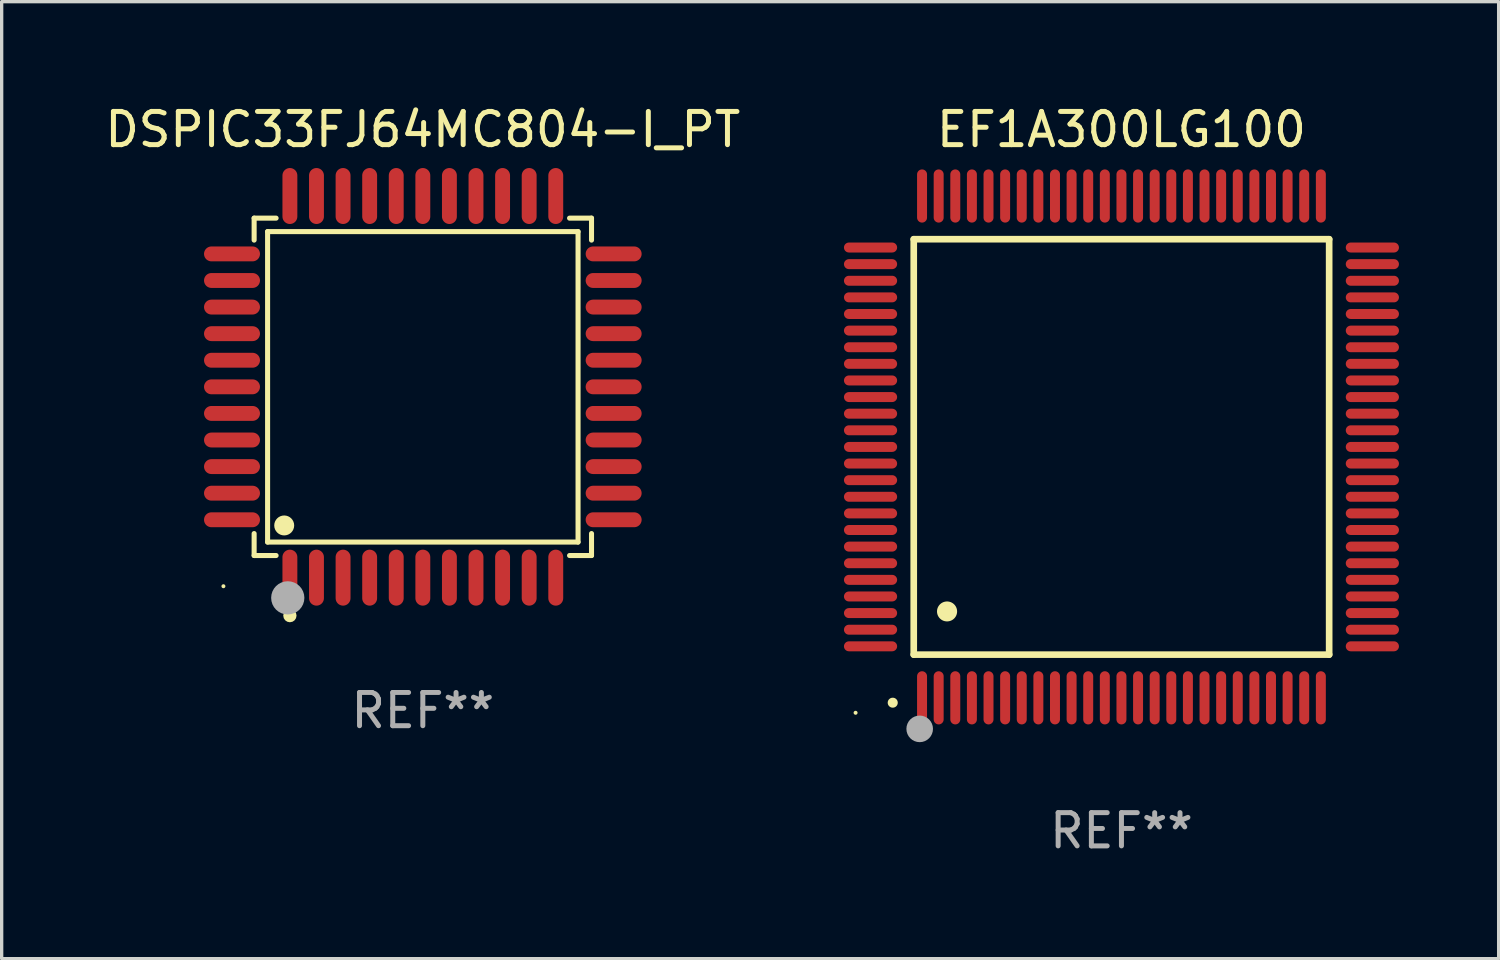
<source format=kicad_pcb>
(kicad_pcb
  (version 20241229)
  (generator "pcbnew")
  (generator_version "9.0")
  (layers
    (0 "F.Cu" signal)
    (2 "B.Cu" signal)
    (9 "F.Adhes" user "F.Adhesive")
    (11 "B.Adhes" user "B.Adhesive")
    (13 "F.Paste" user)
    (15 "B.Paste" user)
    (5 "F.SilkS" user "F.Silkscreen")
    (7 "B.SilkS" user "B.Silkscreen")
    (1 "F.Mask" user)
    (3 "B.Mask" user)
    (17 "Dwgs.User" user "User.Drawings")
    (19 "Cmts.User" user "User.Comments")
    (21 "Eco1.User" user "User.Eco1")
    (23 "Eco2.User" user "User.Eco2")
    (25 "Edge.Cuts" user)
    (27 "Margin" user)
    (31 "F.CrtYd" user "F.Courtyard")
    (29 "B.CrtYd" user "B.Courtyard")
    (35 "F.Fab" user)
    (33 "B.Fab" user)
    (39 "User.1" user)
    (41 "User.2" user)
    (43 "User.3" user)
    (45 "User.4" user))
  (footprint "EF1A300LG100"
    (layer "F.Cu")
    (at 30.695 10.398)
    (property "Reference" "EF1A300LG100" (at 0 -9.55 0) (layer "F.SilkS") (effects (font (size 1 1) (thickness 0.15))))
    (attr through_hole)
    (fp_line (start -6.25 -6.25) (end -6.25 6.25) (stroke (width 0.2) (type solid)) (layer "F.SilkS"))
    (fp_line (start -6.25 6.25) (end 6.25 6.25) (stroke (width 0.2) (type solid)) (layer "F.SilkS"))
    (fp_line (start 6.25 -6.25) (end -6.25 -6.25) (stroke (width 0.2) (type solid)) (layer "F.SilkS"))
    (fp_line (start 6.25 6.25) (end 6.25 -6.25) (stroke (width 0.2) (type solid)) (layer "F.SilkS"))
    (fp_arc (start -6.883414 7.696215) (mid -6.882144 7.69621) (end -6.880874 7.696215) (stroke (width 0.3) (type solid)) (layer "F.SilkS"))
    (fp_arc (start -5.250191 4.95047) (mid -5.247651 4.950459) (end -5.245111 4.95047) (stroke (width 0.6) (type solid)) (layer "F.SilkS"))
    (fp_circle (center -8 8) (end -7.97 8) (stroke (width 0.06) (type solid)) (fill no) (layer "F.SilkS"))
    (fp_circle (center -6.071 8.484) (end -5.871 8.484) (stroke (width 0.4) (type solid)) (fill no) (layer "F.Fab"))
    (fp_text user "REF**" (at 0 11.55 0) (layer "F.Fab") (effects (font (size 1 1) (thickness 0.15))))
    (pad "1" smd oval (at -6 7.55) (size 0.3 1.6) (layers "F.Cu" "F.Mask" "F.Paste"))
    (pad "2" smd oval (at -5.5 7.55) (size 0.3 1.6) (layers "F.Cu" "F.Mask" "F.Paste"))
    (pad "3" smd oval (at -5 7.55) (size 0.3 1.6) (layers "F.Cu" "F.Mask" "F.Paste"))
    (pad "4" smd oval (at -4.5 7.55) (size 0.3 1.6) (layers "F.Cu" "F.Mask" "F.Paste"))
    (pad "5" smd oval (at -4 7.55) (size 0.3 1.6) (layers "F.Cu" "F.Mask" "F.Paste"))
    (pad "6" smd oval (at -3.5 7.55) (size 0.3 1.6) (layers "F.Cu" "F.Mask" "F.Paste"))
    (pad "7" smd oval (at -3 7.55) (size 0.3 1.6) (layers "F.Cu" "F.Mask" "F.Paste"))
    (pad "8" smd oval (at -2.5 7.55) (size 0.3 1.6) (layers "F.Cu" "F.Mask" "F.Paste"))
    (pad "9" smd oval (at -2 7.55) (size 0.3 1.6) (layers "F.Cu" "F.Mask" "F.Paste"))
    (pad "10" smd oval (at -1.5 7.55) (size 0.3 1.6) (layers "F.Cu" "F.Mask" "F.Paste"))
    (pad "11" smd oval (at -1 7.55) (size 0.3 1.6) (layers "F.Cu" "F.Mask" "F.Paste"))
    (pad "12" smd oval (at -0.5 7.55) (size 0.3 1.6) (layers "F.Cu" "F.Mask" "F.Paste"))
    (pad "13" smd oval (at 0 7.55) (size 0.3 1.6) (layers "F.Cu" "F.Mask" "F.Paste"))
    (pad "14" smd oval (at 0.5 7.55) (size 0.3 1.6) (layers "F.Cu" "F.Mask" "F.Paste"))
    (pad "15" smd oval (at 1 7.55) (size 0.3 1.6) (layers "F.Cu" "F.Mask" "F.Paste"))
    (pad "16" smd oval (at 1.5 7.55) (size 0.3 1.6) (layers "F.Cu" "F.Mask" "F.Paste"))
    (pad "17" smd oval (at 2 7.55) (size 0.3 1.6) (layers "F.Cu" "F.Mask" "F.Paste"))
    (pad "18" smd oval (at 2.5 7.55) (size 0.3 1.6) (layers "F.Cu" "F.Mask" "F.Paste"))
    (pad "19" smd oval (at 3 7.55) (size 0.3 1.6) (layers "F.Cu" "F.Mask" "F.Paste"))
    (pad "20" smd oval (at 3.5 7.55) (size 0.3 1.6) (layers "F.Cu" "F.Mask" "F.Paste"))
    (pad "21" smd oval (at 4 7.55) (size 0.3 1.6) (layers "F.Cu" "F.Mask" "F.Paste"))
    (pad "22" smd oval (at 4.5 7.55) (size 0.3 1.6) (layers "F.Cu" "F.Mask" "F.Paste"))
    (pad "23" smd oval (at 5 7.55) (size 0.3 1.6) (layers "F.Cu" "F.Mask" "F.Paste"))
    (pad "24" smd oval (at 5.5 7.55) (size 0.3 1.6) (layers "F.Cu" "F.Mask" "F.Paste"))
    (pad "25" smd oval (at 6 7.55) (size 0.3 1.6) (layers "F.Cu" "F.Mask" "F.Paste"))
    (pad "26" smd oval (at 7.55 6) (size 1.6 0.3) (layers "F.Cu" "F.Mask" "F.Paste"))
    (pad "27" smd oval (at 7.55 5.5) (size 1.6 0.3) (layers "F.Cu" "F.Mask" "F.Paste"))
    (pad "28" smd oval (at 7.55 5) (size 1.6 0.3) (layers "F.Cu" "F.Mask" "F.Paste"))
    (pad "29" smd oval (at 7.55 4.5) (size 1.6 0.3) (layers "F.Cu" "F.Mask" "F.Paste"))
    (pad "30" smd oval (at 7.55 4) (size 1.6 0.3) (layers "F.Cu" "F.Mask" "F.Paste"))
    (pad "31" smd oval (at 7.55 3.5) (size 1.6 0.3) (layers "F.Cu" "F.Mask" "F.Paste"))
    (pad "32" smd oval (at 7.55 3) (size 1.6 0.3) (layers "F.Cu" "F.Mask" "F.Paste"))
    (pad "33" smd oval (at 7.55 2.5) (size 1.6 0.3) (layers "F.Cu" "F.Mask" "F.Paste"))
    (pad "34" smd oval (at 7.55 2) (size 1.6 0.3) (layers "F.Cu" "F.Mask" "F.Paste"))
    (pad "35" smd oval (at 7.55 1.5) (size 1.6 0.3) (layers "F.Cu" "F.Mask" "F.Paste"))
    (pad "36" smd oval (at 7.55 1) (size 1.6 0.3) (layers "F.Cu" "F.Mask" "F.Paste"))
    (pad "37" smd oval (at 7.55 0.5) (size 1.6 0.3) (layers "F.Cu" "F.Mask" "F.Paste"))
    (pad "38" smd oval (at 7.55 0) (size 1.6 0.3) (layers "F.Cu" "F.Mask" "F.Paste"))
    (pad "39" smd oval (at 7.55 -0.5) (size 1.6 0.3) (layers "F.Cu" "F.Mask" "F.Paste"))
    (pad "40" smd oval (at 7.55 -1) (size 1.6 0.3) (layers "F.Cu" "F.Mask" "F.Paste"))
    (pad "41" smd oval (at 7.55 -1.5) (size 1.6 0.3) (layers "F.Cu" "F.Mask" "F.Paste"))
    (pad "42" smd oval (at 7.55 -2) (size 1.6 0.3) (layers "F.Cu" "F.Mask" "F.Paste"))
    (pad "43" smd oval (at 7.55 -2.5) (size 1.6 0.3) (layers "F.Cu" "F.Mask" "F.Paste"))
    (pad "44" smd oval (at 7.55 -3) (size 1.6 0.3) (layers "F.Cu" "F.Mask" "F.Paste"))
    (pad "45" smd oval (at 7.55 -3.5) (size 1.6 0.3) (layers "F.Cu" "F.Mask" "F.Paste"))
    (pad "46" smd oval (at 7.55 -4) (size 1.6 0.3) (layers "F.Cu" "F.Mask" "F.Paste"))
    (pad "47" smd oval (at 7.55 -4.5) (size 1.6 0.3) (layers "F.Cu" "F.Mask" "F.Paste"))
    (pad "48" smd oval (at 7.55 -5) (size 1.6 0.3) (layers "F.Cu" "F.Mask" "F.Paste"))
    (pad "49" smd oval (at 7.55 -5.5) (size 1.6 0.3) (layers "F.Cu" "F.Mask" "F.Paste"))
    (pad "50" smd oval (at 7.55 -6) (size 1.6 0.3) (layers "F.Cu" "F.Mask" "F.Paste"))
    (pad "51" smd oval (at 6 -7.55) (size 0.3 1.6) (layers "F.Cu" "F.Mask" "F.Paste"))
    (pad "52" smd oval (at 5.5 -7.55) (size 0.3 1.6) (layers "F.Cu" "F.Mask" "F.Paste"))
    (pad "53" smd oval (at 5 -7.55) (size 0.3 1.6) (layers "F.Cu" "F.Mask" "F.Paste"))
    (pad "54" smd oval (at 4.5 -7.55) (size 0.3 1.6) (layers "F.Cu" "F.Mask" "F.Paste"))
    (pad "55" smd oval (at 4 -7.55) (size 0.3 1.6) (layers "F.Cu" "F.Mask" "F.Paste"))
    (pad "56" smd oval (at 3.5 -7.55) (size 0.3 1.6) (layers "F.Cu" "F.Mask" "F.Paste"))
    (pad "57" smd oval (at 3 -7.55) (size 0.3 1.6) (layers "F.Cu" "F.Mask" "F.Paste"))
    (pad "58" smd oval (at 2.5 -7.55) (size 0.3 1.6) (layers "F.Cu" "F.Mask" "F.Paste"))
    (pad "59" smd oval (at 2 -7.55) (size 0.3 1.6) (layers "F.Cu" "F.Mask" "F.Paste"))
    (pad "60" smd oval (at 1.5 -7.55) (size 0.3 1.6) (layers "F.Cu" "F.Mask" "F.Paste"))
    (pad "61" smd oval (at 1 -7.55) (size 0.3 1.6) (layers "F.Cu" "F.Mask" "F.Paste"))
    (pad "62" smd oval (at 0.5 -7.55) (size 0.3 1.6) (layers "F.Cu" "F.Mask" "F.Paste"))
    (pad "63" smd oval (at 0 -7.55) (size 0.3 1.6) (layers "F.Cu" "F.Mask" "F.Paste"))
    (pad "64" smd oval (at -0.5 -7.55) (size 0.3 1.6) (layers "F.Cu" "F.Mask" "F.Paste"))
    (pad "65" smd oval (at -1 -7.55) (size 0.3 1.6) (layers "F.Cu" "F.Mask" "F.Paste"))
    (pad "66" smd oval (at -1.5 -7.55) (size 0.3 1.6) (layers "F.Cu" "F.Mask" "F.Paste"))
    (pad "67" smd oval (at -2 -7.55) (size 0.3 1.6) (layers "F.Cu" "F.Mask" "F.Paste"))
    (pad "68" smd oval (at -2.5 -7.55) (size 0.3 1.6) (layers "F.Cu" "F.Mask" "F.Paste"))
    (pad "69" smd oval (at -3 -7.55) (size 0.3 1.6) (layers "F.Cu" "F.Mask" "F.Paste"))
    (pad "70" smd oval (at -3.5 -7.55) (size 0.3 1.6) (layers "F.Cu" "F.Mask" "F.Paste"))
    (pad "71" smd oval (at -4 -7.55) (size 0.3 1.6) (layers "F.Cu" "F.Mask" "F.Paste"))
    (pad "72" smd oval (at -4.5 -7.55) (size 0.3 1.6) (layers "F.Cu" "F.Mask" "F.Paste"))
    (pad "73" smd oval (at -5 -7.55) (size 0.3 1.6) (layers "F.Cu" "F.Mask" "F.Paste"))
    (pad "74" smd oval (at -5.5 -7.55) (size 0.3 1.6) (layers "F.Cu" "F.Mask" "F.Paste"))
    (pad "75" smd oval (at -6 -7.55) (size 0.3 1.6) (layers "F.Cu" "F.Mask" "F.Paste"))
    (pad "76" smd oval (at -7.55 -6) (size 1.6 0.3) (layers "F.Cu" "F.Mask" "F.Paste"))
    (pad "77" smd oval (at -7.55 -5.5) (size 1.6 0.3) (layers "F.Cu" "F.Mask" "F.Paste"))
    (pad "78" smd oval (at -7.55 -5) (size 1.6 0.3) (layers "F.Cu" "F.Mask" "F.Paste"))
    (pad "79" smd oval (at -7.55 -4.5) (size 1.6 0.3) (layers "F.Cu" "F.Mask" "F.Paste"))
    (pad "80" smd oval (at -7.55 -4) (size 1.6 0.3) (layers "F.Cu" "F.Mask" "F.Paste"))
    (pad "81" smd oval (at -7.55 -3.5) (size 1.6 0.3) (layers "F.Cu" "F.Mask" "F.Paste"))
    (pad "82" smd oval (at -7.55 -3) (size 1.6 0.3) (layers "F.Cu" "F.Mask" "F.Paste"))
    (pad "83" smd oval (at -7.55 -2.5) (size 1.6 0.3) (layers "F.Cu" "F.Mask" "F.Paste"))
    (pad "84" smd oval (at -7.55 -2) (size 1.6 0.3) (layers "F.Cu" "F.Mask" "F.Paste"))
    (pad "85" smd oval (at -7.55 -1.5) (size 1.6 0.3) (layers "F.Cu" "F.Mask" "F.Paste"))
    (pad "86" smd oval (at -7.55 -1) (size 1.6 0.3) (layers "F.Cu" "F.Mask" "F.Paste"))
    (pad "87" smd oval (at -7.55 -0.5) (size 1.6 0.3) (layers "F.Cu" "F.Mask" "F.Paste"))
    (pad "88" smd oval (at -7.55 0) (size 1.6 0.3) (layers "F.Cu" "F.Mask" "F.Paste"))
    (pad "89" smd oval (at -7.55 0.5) (size 1.6 0.3) (layers "F.Cu" "F.Mask" "F.Paste"))
    (pad "90" smd oval (at -7.55 1) (size 1.6 0.3) (layers "F.Cu" "F.Mask" "F.Paste"))
    (pad "91" smd oval (at -7.55 1.5) (size 1.6 0.3) (layers "F.Cu" "F.Mask" "F.Paste"))
    (pad "92" smd oval (at -7.55 2) (size 1.6 0.3) (layers "F.Cu" "F.Mask" "F.Paste"))
    (pad "93" smd oval (at -7.55 2.5) (size 1.6 0.3) (layers "F.Cu" "F.Mask" "F.Paste"))
    (pad "94" smd oval (at -7.55 3) (size 1.6 0.3) (layers "F.Cu" "F.Mask" "F.Paste"))
    (pad "95" smd oval (at -7.55 3.5) (size 1.6 0.3) (layers "F.Cu" "F.Mask" "F.Paste"))
    (pad "96" smd oval (at -7.55 4) (size 1.6 0.3) (layers "F.Cu" "F.Mask" "F.Paste"))
    (pad "97" smd oval (at -7.55 4.5) (size 1.6 0.3) (layers "F.Cu" "F.Mask" "F.Paste"))
    (pad "98" smd oval (at -7.55 5) (size 1.6 0.3) (layers "F.Cu" "F.Mask" "F.Paste"))
    (pad "99" smd oval (at -7.55 5.5) (size 1.6 0.3) (layers "F.Cu" "F.Mask" "F.Paste"))
    (pad "100" smd oval (at -7.55 6) (size 1.6 0.3) (layers "F.Cu" "F.Mask" "F.Paste")))
  (footprint "DSPIC33FJ64MC804-I_PT"
    (layer "F.Cu")
    (at 9.673 8.59)
    (property "Reference" "DSPIC33FJ64MC804-I_PT" (at 0 -7.742 0) (layer "F.SilkS") (effects (font (size 1 1) (thickness 0.15))))
    (attr through_hole)
    (fp_line (start -5.076 -5.076) (end -4.415 -5.076) (stroke (width 0.152) (type solid)) (layer "F.SilkS"))
    (fp_line (start -5.076 -4.415) (end -5.076 -5.076) (stroke (width 0.152) (type solid)) (layer "F.SilkS"))
    (fp_line (start -5.076 4.415) (end -5.076 5.076) (stroke (width 0.152) (type solid)) (layer "F.SilkS"))
    (fp_line (start -5.076 5.076) (end -4.415 5.076) (stroke (width 0.152) (type solid)) (layer "F.SilkS"))
    (fp_line (start -4.671 -4.671) (end 4.671 -4.671) (stroke (width 0.152) (type solid)) (layer "F.SilkS"))
    (fp_line (start -4.671 4.671) (end -4.671 -4.671) (stroke (width 0.152) (type solid)) (layer "F.SilkS"))
    (fp_line (start 4.671 -4.671) (end 4.671 4.671) (stroke (width 0.152) (type solid)) (layer "F.SilkS"))
    (fp_line (start 4.671 4.671) (end -4.671 4.671) (stroke (width 0.152) (type solid)) (layer "F.SilkS"))
    (fp_line (start 5.076 -5.076) (end 4.415 -5.076) (stroke (width 0.152) (type solid)) (layer "F.SilkS"))
    (fp_line (start 5.076 -4.415) (end 5.076 -5.076) (stroke (width 0.152) (type solid)) (layer "F.SilkS"))
    (fp_line (start 5.076 4.415) (end 5.076 5.076) (stroke (width 0.152) (type solid)) (layer "F.SilkS"))
    (fp_line (start 5.076 5.076) (end 4.415 5.076) (stroke (width 0.152) (type solid)) (layer "F.SilkS"))
    (fp_circle (center -6 6) (end -5.97 6) (stroke (width 0.06) (type solid)) (fill no) (layer "F.SilkS"))
    (fp_circle (center -4.171 4.171) (end -4.021 4.171) (stroke (width 0.3) (type solid)) (fill no) (layer "F.SilkS"))
    (fp_circle (center -4 6.884) (end -3.9 6.884) (stroke (width 0.2) (type solid)) (fill no) (layer "F.SilkS"))
    (fp_circle (center -4.064 6.35) (end -3.814 6.35) (stroke (width 0.5) (type solid)) (fill no) (layer "F.Fab"))
    (fp_text user "REF**" (at 0 9.742 0) (layer "F.Fab") (effects (font (size 1 1) (thickness 0.15))))
    (pad "1" smd oval (at -4 5.742) (size 0.448 1.684) (layers "F.Cu" "F.Mask" "F.Paste"))
    (pad "2" smd oval (at -3.2 5.742) (size 0.448 1.684) (layers "F.Cu" "F.Mask" "F.Paste"))
    (pad "3" smd oval (at -2.4 5.742) (size 0.448 1.684) (layers "F.Cu" "F.Mask" "F.Paste"))
    (pad "4" smd oval (at -1.6 5.742) (size 0.448 1.684) (layers "F.Cu" "F.Mask" "F.Paste"))
    (pad "5" smd oval (at -0.8 5.742) (size 0.448 1.684) (layers "F.Cu" "F.Mask" "F.Paste"))
    (pad "6" smd oval (at 0 5.742) (size 0.448 1.684) (layers "F.Cu" "F.Mask" "F.Paste"))
    (pad "7" smd oval (at 0.8 5.742) (size 0.448 1.684) (layers "F.Cu" "F.Mask" "F.Paste"))
    (pad "8" smd oval (at 1.6 5.742) (size 0.448 1.684) (layers "F.Cu" "F.Mask" "F.Paste"))
    (pad "9" smd oval (at 2.4 5.742) (size 0.448 1.684) (layers "F.Cu" "F.Mask" "F.Paste"))
    (pad "10" smd oval (at 3.2 5.742) (size 0.448 1.684) (layers "F.Cu" "F.Mask" "F.Paste"))
    (pad "11" smd oval (at 4 5.742) (size 0.448 1.684) (layers "F.Cu" "F.Mask" "F.Paste"))
    (pad "12" smd oval (at 5.742 4) (size 1.684 0.448) (layers "F.Cu" "F.Mask" "F.Paste"))
    (pad "13" smd oval (at 5.742 3.2) (size 1.684 0.448) (layers "F.Cu" "F.Mask" "F.Paste"))
    (pad "14" smd oval (at 5.742 2.4) (size 1.684 0.448) (layers "F.Cu" "F.Mask" "F.Paste"))
    (pad "15" smd oval (at 5.742 1.6) (size 1.684 0.448) (layers "F.Cu" "F.Mask" "F.Paste"))
    (pad "16" smd oval (at 5.742 0.8) (size 1.684 0.448) (layers "F.Cu" "F.Mask" "F.Paste"))
    (pad "17" smd oval (at 5.742 0) (size 1.684 0.448) (layers "F.Cu" "F.Mask" "F.Paste"))
    (pad "18" smd oval (at 5.742 -0.8) (size 1.684 0.448) (layers "F.Cu" "F.Mask" "F.Paste"))
    (pad "19" smd oval (at 5.742 -1.6) (size 1.684 0.448) (layers "F.Cu" "F.Mask" "F.Paste"))
    (pad "20" smd oval (at 5.742 -2.4) (size 1.684 0.448) (layers "F.Cu" "F.Mask" "F.Paste"))
    (pad "21" smd oval (at 5.742 -3.2) (size 1.684 0.448) (layers "F.Cu" "F.Mask" "F.Paste"))
    (pad "22" smd oval (at 5.742 -4) (size 1.684 0.448) (layers "F.Cu" "F.Mask" "F.Paste"))
    (pad "23" smd oval (at 4 -5.742) (size 0.448 1.684) (layers "F.Cu" "F.Mask" "F.Paste"))
    (pad "24" smd oval (at 3.2 -5.742) (size 0.448 1.684) (layers "F.Cu" "F.Mask" "F.Paste"))
    (pad "25" smd oval (at 2.4 -5.742) (size 0.448 1.684) (layers "F.Cu" "F.Mask" "F.Paste"))
    (pad "26" smd oval (at 1.6 -5.742) (size 0.448 1.684) (layers "F.Cu" "F.Mask" "F.Paste"))
    (pad "27" smd oval (at 0.8 -5.742) (size 0.448 1.684) (layers "F.Cu" "F.Mask" "F.Paste"))
    (pad "28" smd oval (at 0 -5.742) (size 0.448 1.684) (layers "F.Cu" "F.Mask" "F.Paste"))
    (pad "29" smd oval (at -0.8 -5.742) (size 0.448 1.684) (layers "F.Cu" "F.Mask" "F.Paste"))
    (pad "30" smd oval (at -1.6 -5.742) (size 0.448 1.684) (layers "F.Cu" "F.Mask" "F.Paste"))
    (pad "31" smd oval (at -2.4 -5.742) (size 0.448 1.684) (layers "F.Cu" "F.Mask" "F.Paste"))
    (pad "32" smd oval (at -3.2 -5.742) (size 0.448 1.684) (layers "F.Cu" "F.Mask" "F.Paste"))
    (pad "33" smd oval (at -4 -5.742) (size 0.448 1.684) (layers "F.Cu" "F.Mask" "F.Paste"))
    (pad "34" smd oval (at -5.742 -4) (size 1.684 0.448) (layers "F.Cu" "F.Mask" "F.Paste"))
    (pad "35" smd oval (at -5.742 -3.2) (size 1.684 0.448) (layers "F.Cu" "F.Mask" "F.Paste"))
    (pad "36" smd oval (at -5.742 -2.4) (size 1.684 0.448) (layers "F.Cu" "F.Mask" "F.Paste"))
    (pad "37" smd oval (at -5.742 -1.6) (size 1.684 0.448) (layers "F.Cu" "F.Mask" "F.Paste"))
    (pad "38" smd oval (at -5.742 -0.8) (size 1.684 0.448) (layers "F.Cu" "F.Mask" "F.Paste"))
    (pad "39" smd oval (at -5.742 0) (size 1.684 0.448) (layers "F.Cu" "F.Mask" "F.Paste"))
    (pad "40" smd oval (at -5.742 0.8) (size 1.684 0.448) (layers "F.Cu" "F.Mask" "F.Paste"))
    (pad "41" smd oval (at -5.742 1.6) (size 1.684 0.448) (layers "F.Cu" "F.Mask" "F.Paste"))
    (pad "42" smd oval (at -5.742 2.4) (size 1.684 0.448) (layers "F.Cu" "F.Mask" "F.Paste"))
    (pad "43" smd oval (at -5.742 3.2) (size 1.684 0.448) (layers "F.Cu" "F.Mask" "F.Paste"))
    (pad "44" smd oval (at -5.742 4) (size 1.684 0.448) (layers "F.Cu" "F.Mask" "F.Paste")))
  (gr_rect
    (start -3 -3)
    (end 42.045 25.796)
    (stroke (width 0.1) (type default))
    (fill no)
    (layer "Edge.Cuts")))
</source>
